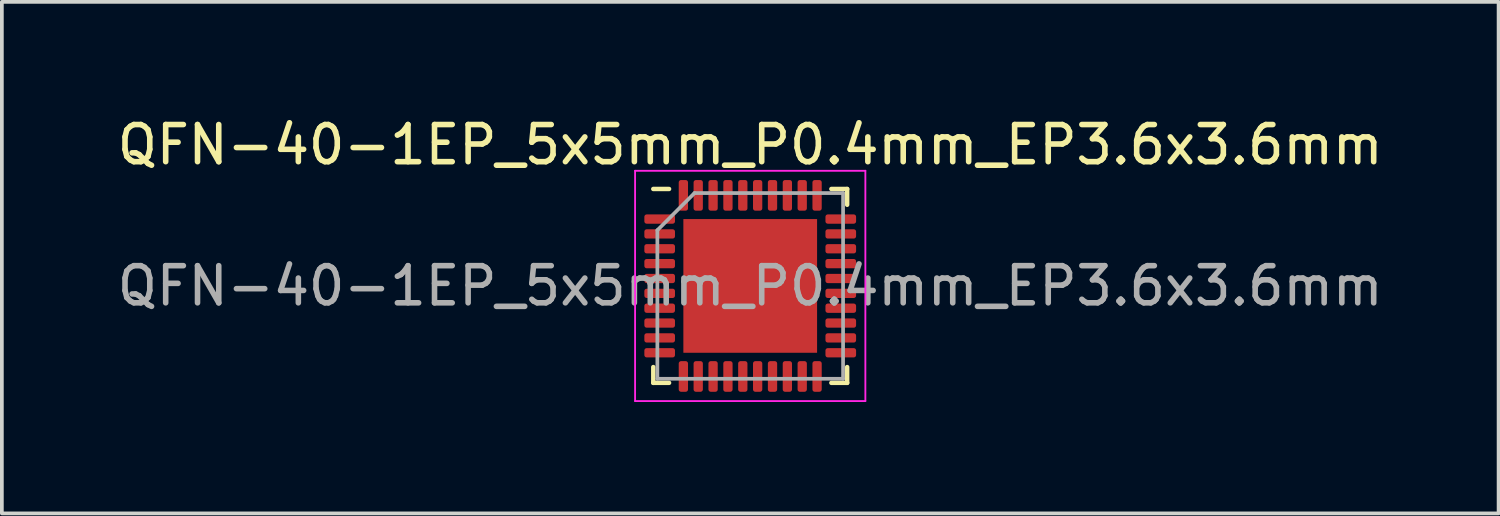
<source format=kicad_pcb>
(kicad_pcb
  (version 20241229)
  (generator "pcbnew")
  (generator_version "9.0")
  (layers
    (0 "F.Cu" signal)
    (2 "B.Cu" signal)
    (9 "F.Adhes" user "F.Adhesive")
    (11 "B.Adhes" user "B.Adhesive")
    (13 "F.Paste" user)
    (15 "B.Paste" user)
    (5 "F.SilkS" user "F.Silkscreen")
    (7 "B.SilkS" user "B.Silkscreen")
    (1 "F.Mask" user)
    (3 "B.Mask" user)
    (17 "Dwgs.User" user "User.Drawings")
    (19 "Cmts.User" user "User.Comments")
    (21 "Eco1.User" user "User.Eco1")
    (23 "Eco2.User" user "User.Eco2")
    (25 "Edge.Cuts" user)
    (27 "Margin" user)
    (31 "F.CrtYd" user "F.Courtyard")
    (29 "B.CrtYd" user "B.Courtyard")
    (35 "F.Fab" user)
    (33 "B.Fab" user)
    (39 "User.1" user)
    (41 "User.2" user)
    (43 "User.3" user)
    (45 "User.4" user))
  (footprint "QFN-40-1EP_5x5mm_P0.4mm_EP3.6x3.6mm"
    (layer "F.Cu")
    (at 17.149 4.648)
    (property "Reference" "QFN-40-1EP_5x5mm_P0.4mm_EP3.6x3.6mm" (at 0 -3.8 0) (layer "F.SilkS") (effects (font (size 1 1) (thickness 0.15))))
    (attr smd)
    (fp_line (start -2.61 2.61) (end -2.61 2.185) (stroke (width 0.12) (type solid)) (layer "F.SilkS"))
    (fp_line (start -2.185 -2.61) (end -2.61 -2.61) (stroke (width 0.12) (type solid)) (layer "F.SilkS"))
    (fp_line (start -2.185 2.61) (end -2.61 2.61) (stroke (width 0.12) (type solid)) (layer "F.SilkS"))
    (fp_line (start 2.185 -2.61) (end 2.61 -2.61) (stroke (width 0.12) (type solid)) (layer "F.SilkS"))
    (fp_line (start 2.185 2.61) (end 2.61 2.61) (stroke (width 0.12) (type solid)) (layer "F.SilkS"))
    (fp_line (start 2.61 -2.61) (end 2.61 -2.185) (stroke (width 0.12) (type solid)) (layer "F.SilkS"))
    (fp_line (start 2.61 2.61) (end 2.61 2.185) (stroke (width 0.12) (type solid)) (layer "F.SilkS"))
    (fp_line (start -3.1 -3.1) (end -3.1 3.1) (stroke (width 0.05) (type solid)) (layer "F.CrtYd"))
    (fp_line (start -3.1 3.1) (end 3.1 3.1) (stroke (width 0.05) (type solid)) (layer "F.CrtYd"))
    (fp_line (start 3.1 -3.1) (end -3.1 -3.1) (stroke (width 0.05) (type solid)) (layer "F.CrtYd"))
    (fp_line (start 3.1 3.1) (end 3.1 -3.1) (stroke (width 0.05) (type solid)) (layer "F.CrtYd"))
    (fp_line (start -2.5 -1.5) (end -1.5 -2.5) (stroke (width 0.1) (type solid)) (layer "F.Fab"))
    (fp_line (start -2.5 2.5) (end -2.5 -1.5) (stroke (width 0.1) (type solid)) (layer "F.Fab"))
    (fp_line (start -1.5 -2.5) (end 2.5 -2.5) (stroke (width 0.1) (type solid)) (layer "F.Fab"))
    (fp_line (start 2.5 -2.5) (end 2.5 2.5) (stroke (width 0.1) (type solid)) (layer "F.Fab"))
    (fp_line (start 2.5 2.5) (end -2.5 2.5) (stroke (width 0.1) (type solid)) (layer "F.Fab"))
    (fp_text user "${REFERENCE}" (at 0 0 0) (layer "F.Fab") (effects (font (size 1 1) (thickness 0.15))))
    (pad "" smd roundrect (at -1.2 -1.2) (size 0.97 0.97) (layers "F.Paste") (roundrect_rratio 0.25))
    (pad "" smd roundrect (at -1.2 0) (size 0.97 0.97) (layers "F.Paste") (roundrect_rratio 0.25))
    (pad "" smd roundrect (at -1.2 1.2) (size 0.97 0.97) (layers "F.Paste") (roundrect_rratio 0.25))
    (pad "" smd roundrect (at 0 -1.2) (size 0.97 0.97) (layers "F.Paste") (roundrect_rratio 0.25))
    (pad "" smd roundrect (at 0 0) (size 0.97 0.97) (layers "F.Paste") (roundrect_rratio 0.25))
    (pad "" smd roundrect (at 0 1.2) (size 0.97 0.97) (layers "F.Paste") (roundrect_rratio 0.25))
    (pad "" smd roundrect (at 1.2 -1.2) (size 0.97 0.97) (layers "F.Paste") (roundrect_rratio 0.25))
    (pad "" smd roundrect (at 1.2 0) (size 0.97 0.97) (layers "F.Paste") (roundrect_rratio 0.25))
    (pad "" smd roundrect (at 1.2 1.2) (size 0.97 0.97) (layers "F.Paste") (roundrect_rratio 0.25))
    (pad "1" smd roundrect (at -2.438 -1.8) (size 0.825 0.25) (layers "F.Cu" "F.Mask" "F.Paste") (roundrect_rratio 0.25))
    (pad "2" smd roundrect (at -2.438 -1.4) (size 0.825 0.25) (layers "F.Cu" "F.Mask" "F.Paste") (roundrect_rratio 0.25))
    (pad "3" smd roundrect (at -2.438 -1) (size 0.825 0.25) (layers "F.Cu" "F.Mask" "F.Paste") (roundrect_rratio 0.25))
    (pad "4" smd roundrect (at -2.438 -0.6) (size 0.825 0.25) (layers "F.Cu" "F.Mask" "F.Paste") (roundrect_rratio 0.25))
    (pad "5" smd roundrect (at -2.438 -0.2) (size 0.825 0.25) (layers "F.Cu" "F.Mask" "F.Paste") (roundrect_rratio 0.25))
    (pad "6" smd roundrect (at -2.438 0.2) (size 0.825 0.25) (layers "F.Cu" "F.Mask" "F.Paste") (roundrect_rratio 0.25))
    (pad "7" smd roundrect (at -2.438 0.6) (size 0.825 0.25) (layers "F.Cu" "F.Mask" "F.Paste") (roundrect_rratio 0.25))
    (pad "8" smd roundrect (at -2.438 1) (size 0.825 0.25) (layers "F.Cu" "F.Mask" "F.Paste") (roundrect_rratio 0.25))
    (pad "9" smd roundrect (at -2.438 1.4) (size 0.825 0.25) (layers "F.Cu" "F.Mask" "F.Paste") (roundrect_rratio 0.25))
    (pad "10" smd roundrect (at -2.438 1.8) (size 0.825 0.25) (layers "F.Cu" "F.Mask" "F.Paste") (roundrect_rratio 0.25))
    (pad "11" smd roundrect (at -1.8 2.438) (size 0.25 0.825) (layers "F.Cu" "F.Mask" "F.Paste") (roundrect_rratio 0.25))
    (pad "12" smd roundrect (at -1.4 2.438) (size 0.25 0.825) (layers "F.Cu" "F.Mask" "F.Paste") (roundrect_rratio 0.25))
    (pad "13" smd roundrect (at -1 2.438) (size 0.25 0.825) (layers "F.Cu" "F.Mask" "F.Paste") (roundrect_rratio 0.25))
    (pad "14" smd roundrect (at -0.6 2.438) (size 0.25 0.825) (layers "F.Cu" "F.Mask" "F.Paste") (roundrect_rratio 0.25))
    (pad "15" smd roundrect (at -0.2 2.438) (size 0.25 0.825) (layers "F.Cu" "F.Mask" "F.Paste") (roundrect_rratio 0.25))
    (pad "16" smd roundrect (at 0.2 2.438) (size 0.25 0.825) (layers "F.Cu" "F.Mask" "F.Paste") (roundrect_rratio 0.25))
    (pad "17" smd roundrect (at 0.6 2.438) (size 0.25 0.825) (layers "F.Cu" "F.Mask" "F.Paste") (roundrect_rratio 0.25))
    (pad "18" smd roundrect (at 1 2.438) (size 0.25 0.825) (layers "F.Cu" "F.Mask" "F.Paste") (roundrect_rratio 0.25))
    (pad "19" smd roundrect (at 1.4 2.438) (size 0.25 0.825) (layers "F.Cu" "F.Mask" "F.Paste") (roundrect_rratio 0.25))
    (pad "20" smd roundrect (at 1.8 2.438) (size 0.25 0.825) (layers "F.Cu" "F.Mask" "F.Paste") (roundrect_rratio 0.25))
    (pad "21" smd roundrect (at 2.438 1.8) (size 0.825 0.25) (layers "F.Cu" "F.Mask" "F.Paste") (roundrect_rratio 0.25))
    (pad "22" smd roundrect (at 2.438 1.4) (size 0.825 0.25) (layers "F.Cu" "F.Mask" "F.Paste") (roundrect_rratio 0.25))
    (pad "23" smd roundrect (at 2.438 1) (size 0.825 0.25) (layers "F.Cu" "F.Mask" "F.Paste") (roundrect_rratio 0.25))
    (pad "24" smd roundrect (at 2.438 0.6) (size 0.825 0.25) (layers "F.Cu" "F.Mask" "F.Paste") (roundrect_rratio 0.25))
    (pad "25" smd roundrect (at 2.438 0.2) (size 0.825 0.25) (layers "F.Cu" "F.Mask" "F.Paste") (roundrect_rratio 0.25))
    (pad "26" smd roundrect (at 2.438 -0.2) (size 0.825 0.25) (layers "F.Cu" "F.Mask" "F.Paste") (roundrect_rratio 0.25))
    (pad "27" smd roundrect (at 2.438 -0.6) (size 0.825 0.25) (layers "F.Cu" "F.Mask" "F.Paste") (roundrect_rratio 0.25))
    (pad "28" smd roundrect (at 2.438 -1) (size 0.825 0.25) (layers "F.Cu" "F.Mask" "F.Paste") (roundrect_rratio 0.25))
    (pad "29" smd roundrect (at 2.438 -1.4) (size 0.825 0.25) (layers "F.Cu" "F.Mask" "F.Paste") (roundrect_rratio 0.25))
    (pad "30" smd roundrect (at 2.438 -1.8) (size 0.825 0.25) (layers "F.Cu" "F.Mask" "F.Paste") (roundrect_rratio 0.25))
    (pad "31" smd roundrect (at 1.8 -2.438) (size 0.25 0.825) (layers "F.Cu" "F.Mask" "F.Paste") (roundrect_rratio 0.25))
    (pad "32" smd roundrect (at 1.4 -2.438) (size 0.25 0.825) (layers "F.Cu" "F.Mask" "F.Paste") (roundrect_rratio 0.25))
    (pad "33" smd roundrect (at 1 -2.438) (size 0.25 0.825) (layers "F.Cu" "F.Mask" "F.Paste") (roundrect_rratio 0.25))
    (pad "34" smd roundrect (at 0.6 -2.438) (size 0.25 0.825) (layers "F.Cu" "F.Mask" "F.Paste") (roundrect_rratio 0.25))
    (pad "35" smd roundrect (at 0.2 -2.438) (size 0.25 0.825) (layers "F.Cu" "F.Mask" "F.Paste") (roundrect_rratio 0.25))
    (pad "36" smd roundrect (at -0.2 -2.438) (size 0.25 0.825) (layers "F.Cu" "F.Mask" "F.Paste") (roundrect_rratio 0.25))
    (pad "37" smd roundrect (at -0.6 -2.438) (size 0.25 0.825) (layers "F.Cu" "F.Mask" "F.Paste") (roundrect_rratio 0.25))
    (pad "38" smd roundrect (at -1 -2.438) (size 0.25 0.825) (layers "F.Cu" "F.Mask" "F.Paste") (roundrect_rratio 0.25))
    (pad "39" smd roundrect (at -1.4 -2.438) (size 0.25 0.825) (layers "F.Cu" "F.Mask" "F.Paste") (roundrect_rratio 0.25))
    (pad "40" smd roundrect (at -1.8 -2.438) (size 0.25 0.825) (layers "F.Cu" "F.Mask" "F.Paste") (roundrect_rratio 0.25))
    (pad "41" smd rect (at 0 0) (size 3.6 3.6) (layers "F.Cu" "F.Mask")))
  (gr_rect
    (start -3 -3)
    (end 37.298 10.773)
    (stroke (width 0.1) (type default))
    (fill no)
    (layer "Edge.Cuts")))
</source>
